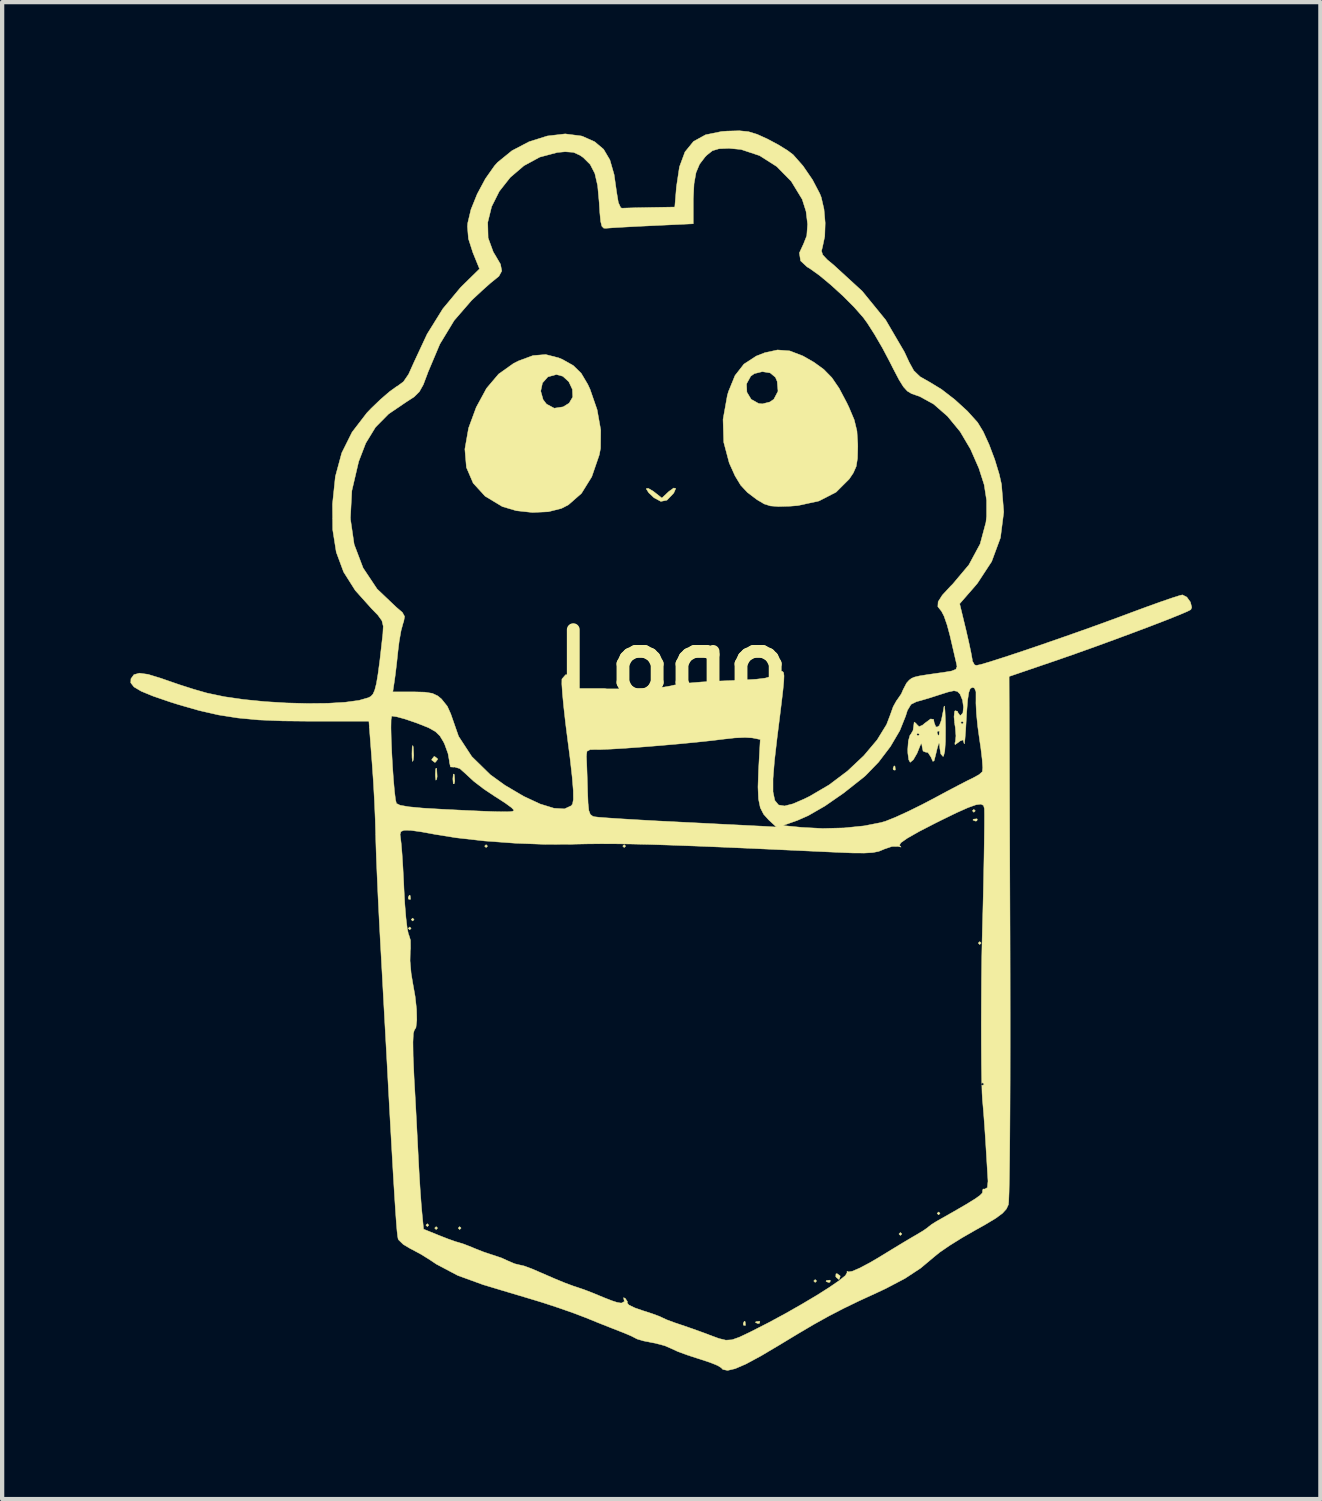
<source format=kicad_pcb>
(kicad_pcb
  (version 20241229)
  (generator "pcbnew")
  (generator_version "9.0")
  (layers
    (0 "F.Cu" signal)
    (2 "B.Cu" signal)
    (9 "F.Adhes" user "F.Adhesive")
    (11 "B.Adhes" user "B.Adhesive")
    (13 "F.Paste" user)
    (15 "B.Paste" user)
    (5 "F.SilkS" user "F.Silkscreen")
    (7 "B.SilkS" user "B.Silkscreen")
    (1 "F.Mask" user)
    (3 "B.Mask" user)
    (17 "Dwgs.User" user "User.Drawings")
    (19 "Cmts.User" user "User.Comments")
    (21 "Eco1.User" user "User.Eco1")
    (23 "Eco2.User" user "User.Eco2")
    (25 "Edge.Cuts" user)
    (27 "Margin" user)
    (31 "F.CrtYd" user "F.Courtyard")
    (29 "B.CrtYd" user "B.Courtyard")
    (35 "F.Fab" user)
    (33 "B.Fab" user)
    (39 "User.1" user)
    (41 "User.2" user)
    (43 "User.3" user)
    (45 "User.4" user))
  (footprint "Logo"
    (layer "F.Cu")
    (at 12.666 12.496)
    (property "Reference" "Logo" (at 0 0 0) (layer "F.SilkS") (effects (font (size 1.524 1.524) (thickness 0.3))))
    (attr through_hole)
    (fp_poly (pts (xy -6.11 6.144) (xy -6.144 6.178) (xy -6.178 6.144) (xy -6.144 6.11) (xy -6.11 6.144)) (stroke (width 0.01) (type solid)) (fill yes) (layer "F.SilkS"))
    (fp_poly (pts (xy -6.041 5.938) (xy -6.075 5.972) (xy -6.11 5.938) (xy -6.075 5.904) (xy -6.041 5.938)) (stroke (width 0.01) (type solid)) (fill yes) (layer "F.SilkS"))
    (fp_poly (pts (xy -5.698 13.078) (xy -5.732 13.112) (xy -5.766 13.078) (xy -5.732 13.043) (xy -5.698 13.078)) (stroke (width 0.01) (type solid)) (fill yes) (layer "F.SilkS"))
    (fp_poly (pts (xy -5.492 13.146) (xy -5.526 13.181) (xy -5.561 13.146) (xy -5.526 13.112) (xy -5.492 13.146)) (stroke (width 0.01) (type solid)) (fill yes) (layer "F.SilkS"))
    (fp_poly (pts (xy -4.943 13.146) (xy -4.977 13.181) (xy -5.011 13.146) (xy -4.977 13.112) (xy -4.943 13.146)) (stroke (width 0.01) (type solid)) (fill yes) (layer "F.SilkS"))
    (fp_poly (pts (xy -4.325 4.222) (xy -4.359 4.256) (xy -4.394 4.222) (xy -4.359 4.188) (xy -4.325 4.222)) (stroke (width 0.01) (type solid)) (fill yes) (layer "F.SilkS"))
    (fp_poly (pts (xy -1.098 4.222) (xy -1.133 4.256) (xy -1.167 4.222) (xy -1.133 4.188) (xy -1.098 4.222)) (stroke (width 0.01) (type solid)) (fill yes) (layer "F.SilkS"))
    (fp_poly (pts (xy 3.364 14.382) (xy 3.329 14.416) (xy 3.295 14.382) (xy 3.329 14.348) (xy 3.364 14.382)) (stroke (width 0.01) (type solid)) (fill yes) (layer "F.SilkS"))
    (fp_poly (pts (xy 5.355 13.284) (xy 5.32 13.318) (xy 5.286 13.284) (xy 5.32 13.249) (xy 5.355 13.284)) (stroke (width 0.01) (type solid)) (fill yes) (layer "F.SilkS"))
    (fp_poly (pts (xy 6.247 12.803) (xy 6.213 12.837) (xy 6.178 12.803) (xy 6.213 12.769) (xy 6.247 12.803)) (stroke (width 0.01) (type solid)) (fill yes) (layer "F.SilkS"))
    (fp_poly (pts (xy 7.071 3.398) (xy 7.036 3.432) (xy 7.002 3.398) (xy 7.036 3.364) (xy 7.071 3.398)) (stroke (width 0.01) (type solid)) (fill yes) (layer "F.SilkS"))
    (fp_poly (pts (xy 7.208 6.487) (xy 7.174 6.522) (xy 7.139 6.487) (xy 7.174 6.453) (xy 7.208 6.487)) (stroke (width 0.01) (type solid)) (fill yes) (layer "F.SilkS"))
    (fp_poly (pts (xy -6.133 5.377) (xy -6.124 5.459) (xy -6.133 5.469) (xy -6.173 5.46) (xy -6.178 5.423) (xy -6.153 5.367) (xy -6.133 5.377)) (stroke (width 0.01) (type solid)) (fill yes) (layer "F.SilkS"))
    (fp_poly (pts (xy 1.693 15.332) (xy 1.702 15.413) (xy 1.693 15.423) (xy 1.653 15.414) (xy 1.648 15.377) (xy 1.673 15.321) (xy 1.693 15.332)) (stroke (width 0.01) (type solid)) (fill yes) (layer "F.SilkS"))
    (fp_poly (pts (xy 2.037 15.332) (xy 2.027 15.372) (xy 1.991 15.377) (xy 1.934 15.352) (xy 1.945 15.332) (xy 2.027 15.323) (xy 2.037 15.332)) (stroke (width 0.01) (type solid)) (fill yes) (layer "F.SilkS"))
    (fp_poly (pts (xy 3.684 14.37) (xy 3.675 14.411) (xy 3.638 14.416) (xy 3.582 14.391) (xy 3.593 14.37) (xy 3.674 14.362) (xy 3.684 14.37)) (stroke (width 0.01) (type solid)) (fill yes) (layer "F.SilkS"))
    (fp_poly (pts (xy 5.194 2.357) (xy 5.203 2.438) (xy 5.194 2.448) (xy 5.154 2.439) (xy 5.149 2.403) (xy 5.174 2.346) (xy 5.194 2.357)) (stroke (width 0.01) (type solid)) (fill yes) (layer "F.SilkS"))
    (fp_poly (pts (xy 7.117 3.593) (xy 7.107 3.633) (xy 7.071 3.638) (xy 7.014 3.613) (xy 7.025 3.593) (xy 7.107 3.584) (xy 7.117 3.593)) (stroke (width 0.01) (type solid)) (fill yes) (layer "F.SilkS"))
    (fp_poly (pts (xy -6.061 1.905) (xy -6.05 2.105) (xy -6.061 2.214) (xy -6.078 2.246) (xy -6.089 2.16) (xy -6.091 2.059) (xy -6.086 1.911) (xy -6.072 1.87) (xy -6.061 1.905)) (stroke (width 0.01) (type solid)) (fill yes) (layer "F.SilkS"))
    (fp_poly (pts (xy -5.513 2.42) (xy -5.503 2.594) (xy -5.513 2.66) (xy -5.533 2.682) (xy -5.544 2.587) (xy -5.545 2.54) (xy -5.537 2.415) (xy -5.52 2.4) (xy -5.513 2.42)) (stroke (width 0.01) (type solid)) (fill yes) (layer "F.SilkS"))
    (fp_poly (pts (xy -5.494 2.18) (xy -5.492 2.197) (xy -5.544 2.263) (xy -5.561 2.265) (xy -5.627 2.213) (xy -5.629 2.197) (xy -5.577 2.13) (xy -5.561 2.128) (xy -5.494 2.18)) (stroke (width 0.01) (type solid)) (fill yes) (layer "F.SilkS"))
    (fp_poly (pts (xy -5.104 2.547) (xy -5.101 2.558) (xy -5.091 2.708) (xy -5.104 2.764) (xy -5.126 2.767) (xy -5.135 2.659) (xy -5.135 2.643) (xy -5.125 2.537) (xy -5.104 2.547)) (stroke (width 0.01) (type solid)) (fill yes) (layer "F.SilkS"))
    (fp_poly (pts (xy 3.91 14.26) (xy 3.913 14.279) (xy 3.89 14.346) (xy 3.883 14.348) (xy 3.824 14.299) (xy 3.81 14.279) (xy 3.815 14.216) (xy 3.84 14.21) (xy 3.91 14.26)) (stroke (width 0.01) (type solid)) (fill yes) (layer "F.SilkS"))
    (fp_poly (pts (xy 0.072 -4.133) (xy 0.029 -4.035) (xy 0.016 -4.016) (xy -0.134 -3.86) (xy -0.277 -3.831) (xy -0.437 -3.918) (xy -0.56 -4.034) (xy -0.617 -4.124) (xy -0.618 -4.129) (xy -0.572 -4.138) (xy -0.46 -4.073) (xy -0.435 -4.054) (xy -0.252 -3.91) (xy -0.092 -4.061) (xy 0.024 -4.145) (xy 0.072 -4.133)) (stroke (width 0.01) (type solid)) (fill yes) (layer "F.SilkS"))
    (fp_poly (pts (xy -2.665 -7.186) (xy -2.574 -7.148) (xy -2.321 -7.005) (xy -2.137 -6.825) (xy -1.983 -6.565) (xy -1.93 -6.45) (xy -1.765 -5.973) (xy -1.681 -5.501) (xy -1.685 -5.074) (xy -1.715 -4.917) (xy -1.89 -4.408) (xy -2.131 -4.019) (xy -2.438 -3.75) (xy -2.6 -3.667) (xy -2.906 -3.59) (xy -3.277 -3.573) (xy -3.653 -3.614) (xy -3.977 -3.71) (xy -3.982 -3.712) (xy -4.382 -3.953) (xy -4.661 -4.258) (xy -4.819 -4.625) (xy -4.855 -5.054) (xy -4.769 -5.544) (xy -4.59 -6.03) (xy -4.384 -6.409) (xy -3.083 -6.409) (xy -3.027 -6.209) (xy -2.948 -6.106) (xy -2.767 -6.009) (xy -2.558 -6.041) (xy -2.42 -6.127) (xy -2.335 -6.27) (xy -2.343 -6.45) (xy -2.426 -6.626) (xy -2.566 -6.755) (xy -2.717 -6.796) (xy -2.916 -6.741) (xy -3.042 -6.599) (xy -3.083 -6.409) (xy -4.384 -6.409) (xy -4.349 -6.474) (xy -4.067 -6.807) (xy -3.72 -7.054) (xy -3.604 -7.113) (xy -3.264 -7.239) (xy -2.967 -7.263) (xy -2.665 -7.186)) (stroke (width 0.01) (type solid)) (fill yes) (layer "F.SilkS"))
    (fp_poly (pts (xy 2.736 -7.348) (xy 3.043 -7.23) (xy 3.303 -7.081) (xy 3.531 -6.915) (xy 3.718 -6.724) (xy 3.889 -6.474) (xy 4.069 -6.133) (xy 4.118 -6.031) (xy 4.242 -5.737) (xy 4.305 -5.477) (xy 4.324 -5.174) (xy 4.325 -5.111) (xy 4.318 -4.838) (xy 4.288 -4.65) (xy 4.22 -4.496) (xy 4.124 -4.353) (xy 3.817 -4.047) (xy 3.417 -3.841) (xy 2.924 -3.734) (xy 2.746 -3.72) (xy 2.47 -3.712) (xy 2.283 -3.726) (xy 2.138 -3.772) (xy 1.988 -3.861) (xy 1.956 -3.882) (xy 1.745 -4.042) (xy 1.589 -4.21) (xy 1.457 -4.428) (xy 1.321 -4.73) (xy 1.193 -5.213) (xy 1.177 -5.748) (xy 1.277 -6.308) (xy 1.303 -6.397) (xy 1.377 -6.577) (xy 1.725 -6.577) (xy 1.734 -6.383) (xy 1.834 -6.217) (xy 2.007 -6.12) (xy 2.094 -6.11) (xy 2.269 -6.154) (xy 2.363 -6.218) (xy 2.461 -6.405) (xy 2.442 -6.634) (xy 2.4 -6.732) (xy 2.277 -6.834) (xy 2.094 -6.863) (xy 1.908 -6.817) (xy 1.824 -6.757) (xy 1.725 -6.577) (xy 1.377 -6.577) (xy 1.456 -6.772) (xy 1.664 -7.039) (xy 1.952 -7.227) (xy 2.151 -7.305) (xy 2.45 -7.37) (xy 2.736 -7.348)) (stroke (width 0.01) (type solid)) (fill yes) (layer "F.SilkS"))
    (fp_poly (pts (xy 6.362 1.057) (xy 6.371 1.261) (xy 6.375 1.459) (xy 6.373 1.778) (xy 6.357 2.004) (xy 6.329 2.118) (xy 6.316 2.128) (xy 6.264 2.069) (xy 6.242 1.939) (xy 6.233 1.827) (xy 6.214 1.826) (xy 6.179 1.944) (xy 6.143 2.094) (xy 6.107 2.23) (xy 6.078 2.242) (xy 6.034 2.141) (xy 5.965 2.036) (xy 5.904 2.025) (xy 5.85 2.002) (xy 5.83 1.909) (xy 5.816 1.821) (xy 5.79 1.854) (xy 5.709 2.055) (xy 5.621 2.206) (xy 5.549 2.265) (xy 5.549 2.265) (xy 5.515 2.204) (xy 5.494 2.049) (xy 5.492 1.961) (xy 5.506 1.767) (xy 5.542 1.636) (xy 5.561 1.613) (xy 5.698 1.613) (xy 5.732 1.648) (xy 5.766 1.613) (xy 5.732 1.579) (xy 6.178 1.579) (xy 6.203 1.635) (xy 6.224 1.625) (xy 6.232 1.543) (xy 6.224 1.533) (xy 6.183 1.543) (xy 6.178 1.579) (xy 5.732 1.579) (xy 5.698 1.613) (xy 5.561 1.613) (xy 5.616 1.518) (xy 5.63 1.42) (xy 5.642 1.324) (xy 5.683 1.352) (xy 5.695 1.37) (xy 5.757 1.431) (xy 5.839 1.395) (xy 5.888 1.353) (xy 6.026 1.251) (xy 6.096 1.261) (xy 6.11 1.339) (xy 6.146 1.43) (xy 6.177 1.442) (xy 6.23 1.406) (xy 6.277 1.283) (xy 6.324 1.051) (xy 6.339 0.961) (xy 6.351 0.95) (xy 6.362 1.057)) (stroke (width 0.01) (type solid)) (fill yes) (layer "F.SilkS"))
    (fp_poly (pts (xy 1.771 -12.47) (xy 1.971 -12.409) (xy 2.212 -12.3) (xy 2.46 -12.168) (xy 2.681 -12.032) (xy 2.815 -11.931) (xy 3.045 -11.67) (xy 3.267 -11.346) (xy 3.437 -11.022) (xy 3.471 -10.936) (xy 3.535 -10.66) (xy 3.563 -10.337) (xy 3.553 -10.025) (xy 3.503 -9.788) (xy 3.477 -9.682) (xy 3.506 -9.591) (xy 3.61 -9.48) (xy 3.761 -9.355) (xy 4.428 -8.744) (xy 4.977 -8.07) (xy 5.414 -7.323) (xy 5.525 -7.084) (xy 5.633 -6.887) (xy 5.782 -6.744) (xy 6.015 -6.612) (xy 6.286 -6.446) (xy 6.592 -6.209) (xy 6.886 -5.941) (xy 7.121 -5.68) (xy 7.125 -5.675) (xy 7.255 -5.462) (xy 7.393 -5.159) (xy 7.524 -4.812) (xy 7.629 -4.467) (xy 7.682 -4.232) (xy 7.735 -3.584) (xy 7.658 -2.982) (xy 7.453 -2.427) (xy 7.119 -1.917) (xy 7.058 -1.845) (xy 6.705 -1.44) (xy 6.854 -0.824) (xy 6.919 -0.54) (xy 6.97 -0.3) (xy 6.999 -0.141) (xy 7.002 -0.104) (xy 7.053 -0.012) (xy 7.098 0) (xy 7.202 -0.022) (xy 7.415 -0.085) (xy 7.721 -0.183) (xy 8.098 -0.307) (xy 8.529 -0.453) (xy 8.995 -0.614) (xy 9.476 -0.783) (xy 9.955 -0.954) (xy 10.411 -1.121) (xy 10.694 -1.227) (xy 11.065 -1.364) (xy 11.396 -1.483) (xy 11.663 -1.575) (xy 11.843 -1.632) (xy 11.91 -1.648) (xy 12.012 -1.596) (xy 12.096 -1.48) (xy 12.127 -1.358) (xy 12.106 -1.303) (xy 12.02 -1.259) (xy 11.824 -1.176) (xy 11.537 -1.061) (xy 11.179 -0.923) (xy 10.768 -0.768) (xy 10.323 -0.603) (xy 9.865 -0.436) (xy 9.412 -0.274) (xy 8.983 -0.124) (xy 8.821 -0.069) (xy 7.86 0.259) (xy 7.882 6.325) (xy 7.884 7.23) (xy 7.885 8.099) (xy 7.885 8.921) (xy 7.884 9.687) (xy 7.881 10.386) (xy 7.877 11.007) (xy 7.872 11.541) (xy 7.866 11.978) (xy 7.859 12.307) (xy 7.851 12.517) (xy 7.844 12.597) (xy 7.797 12.699) (xy 7.706 12.8) (xy 7.549 12.916) (xy 7.305 13.063) (xy 7.069 13.195) (xy 6.759 13.373) (xy 6.469 13.554) (xy 6.236 13.714) (xy 6.112 13.815) (xy 5.792 14.083) (xy 5.427 14.323) (xy 4.978 14.559) (xy 4.771 14.656) (xy 4.347 14.851) (xy 3.986 15.026) (xy 3.652 15.199) (xy 3.308 15.39) (xy 2.918 15.62) (xy 2.49 15.879) (xy 2.051 16.139) (xy 1.711 16.322) (xy 1.459 16.431) (xy 1.283 16.472) (xy 1.172 16.449) (xy 1.134 16.409) (xy 1.052 16.358) (xy 0.874 16.286) (xy 0.636 16.207) (xy 0.603 16.197) (xy 0.341 16.112) (xy 0.116 16.029) (xy -0.025 15.964) (xy -0.03 15.961) (xy -0.186 15.894) (xy -0.405 15.836) (xy -0.481 15.822) (xy -0.682 15.782) (xy -0.828 15.739) (xy -0.858 15.724) (xy -0.96 15.671) (xy -1.138 15.595) (xy -1.236 15.557) (xy -1.46 15.469) (xy -1.748 15.355) (xy -2.025 15.242) (xy -2.306 15.135) (xy -2.662 15.01) (xy -3.036 14.887) (xy -3.226 14.829) (xy -3.586 14.721) (xy -3.959 14.61) (xy -4.287 14.511) (xy -4.428 14.469) (xy -5.024 14.252) (xy -5.521 13.989) (xy -5.664 13.893) (xy -5.871 13.763) (xy -6.102 13.639) (xy -6.124 13.629) (xy -6.295 13.527) (xy -6.403 13.422) (xy -6.415 13.397) (xy -6.426 13.336) (xy -6.44 13.215) (xy -6.456 13.024) (xy -6.475 12.756) (xy -6.498 12.4) (xy -6.526 11.947) (xy -6.558 11.389) (xy -6.596 10.716) (xy -6.64 9.919) (xy -6.66 9.542) (xy -6.684 9.099) (xy -6.714 8.558) (xy -6.747 7.958) (xy -6.781 7.337) (xy -6.814 6.736) (xy -6.83 6.453) (xy -6.858 5.922) (xy -6.884 5.396) (xy -6.906 4.903) (xy -6.924 4.47) (xy -6.935 4.126) (xy -6.939 3.951) (xy -6.369 3.951) (xy -6.358 4.033) (xy -6.342 4.169) (xy -6.322 4.411) (xy -6.302 4.729) (xy -6.283 5.092) (xy -6.278 5.217) (xy -6.258 5.578) (xy -6.232 5.893) (xy -6.203 6.135) (xy -6.174 6.277) (xy -6.163 6.299) (xy -6.126 6.42) (xy -6.124 6.615) (xy -6.131 6.677) (xy -6.136 6.903) (xy -6.111 7.191) (xy -6.074 7.414) (xy -6.017 7.735) (xy -5.984 8.036) (xy -5.978 8.288) (xy -5.998 8.461) (xy -6.037 8.524) (xy -6.059 8.6) (xy -6.068 8.802) (xy -6.064 9.118) (xy -6.046 9.536) (xy -6.041 9.645) (xy -6.015 10.102) (xy -5.989 10.589) (xy -5.965 11.055) (xy -5.945 11.448) (xy -5.941 11.533) (xy -5.921 11.901) (xy -5.898 12.268) (xy -5.875 12.584) (xy -5.861 12.747) (xy -5.82 13.171) (xy -5.457 13.318) (xy -5.242 13.402) (xy -5.07 13.463) (xy -5.002 13.482) (xy -4.883 13.519) (xy -4.7 13.59) (xy -4.638 13.617) (xy -4.423 13.702) (xy -4.23 13.767) (xy -4.196 13.777) (xy -4 13.843) (xy -3.849 13.912) (xy -3.692 13.979) (xy -3.589 14.004) (xy -3.473 14.03) (xy -3.302 14.093) (xy -3.28 14.102) (xy -3.074 14.191) (xy -2.827 14.298) (xy -2.746 14.333) (xy -2.523 14.425) (xy -2.324 14.499) (xy -2.265 14.518) (xy -2.073 14.583) (xy -1.888 14.654) (xy -1.605 14.771) (xy -1.42 14.843) (xy -1.303 14.881) (xy -1.226 14.895) (xy -1.194 14.897) (xy -1.127 14.86) (xy -1.139 14.818) (xy -1.147 14.771) (xy -1.108 14.788) (xy -1.056 14.866) (xy -1.063 14.895) (xy -1.023 14.943) (xy -0.882 15.011) (xy -0.704 15.073) (xy -0.481 15.145) (xy -0.31 15.208) (xy -0.24 15.241) (xy -0.139 15.288) (xy 0.044 15.356) (xy 0.172 15.399) (xy 0.455 15.496) (xy 0.76 15.606) (xy 0.858 15.644) (xy 1.081 15.726) (xy 1.242 15.765) (xy 1.386 15.756) (xy 1.558 15.695) (xy 1.803 15.579) (xy 1.846 15.557) (xy 2.24 15.356) (xy 2.636 15.142) (xy 3.017 14.925) (xy 3.365 14.718) (xy 3.662 14.53) (xy 3.891 14.372) (xy 4.034 14.256) (xy 4.073 14.192) (xy 4.073 14.191) (xy 4.073 14.153) (xy 4.108 14.169) (xy 4.196 14.155) (xy 4.372 14.079) (xy 4.61 13.953) (xy 4.823 13.828) (xy 5.112 13.651) (xy 5.384 13.486) (xy 5.601 13.357) (xy 5.698 13.301) (xy 5.859 13.204) (xy 5.961 13.132) (xy 5.972 13.121) (xy 6.053 13.058) (xy 6.171 12.985) (xy 6.566 12.761) (xy 6.856 12.593) (xy 7.054 12.471) (xy 7.175 12.386) (xy 7.232 12.329) (xy 7.242 12.289) (xy 7.237 12.28) (xy 7.251 12.233) (xy 7.289 12.235) (xy 7.352 12.2) (xy 7.367 12.051) (xy 7.365 12.014) (xy 7.354 11.837) (xy 7.338 11.57) (xy 7.319 11.259) (xy 7.311 11.121) (xy 7.289 10.793) (xy 7.266 10.478) (xy 7.245 10.229) (xy 7.238 10.16) (xy 7.228 9.987) (xy 7.223 9.797) (xy 7.242 9.817) (xy 7.277 9.782) (xy 7.242 9.748) (xy 7.222 9.769) (xy 7.22 9.7) (xy 7.214 9.321) (xy 7.211 8.872) (xy 7.21 8.378) (xy 7.212 7.86) (xy 7.215 7.341) (xy 7.221 6.844) (xy 7.23 6.392) (xy 7.237 6.11) (xy 7.247 5.748) (xy 7.257 5.339) (xy 7.266 4.91) (xy 7.274 4.485) (xy 7.28 4.092) (xy 7.284 3.755) (xy 7.285 3.501) (xy 7.283 3.355) (xy 7.283 3.347) (xy 7.263 3.273) (xy 7.203 3.241) (xy 7.088 3.256) (xy 6.902 3.322) (xy 6.63 3.443) (xy 6.257 3.625) (xy 6.135 3.686) (xy 5.745 3.887) (xy 5.479 4.039) (xy 5.331 4.143) (xy 5.298 4.202) (xy 5.304 4.208) (xy 5.336 4.245) (xy 5.264 4.229) (xy 5.121 4.231) (xy 4.941 4.292) (xy 4.927 4.299) (xy 4.814 4.345) (xy 4.673 4.373) (xy 4.476 4.384) (xy 4.195 4.382) (xy 3.816 4.366) (xy 2.817 4.32) (xy 1.943 4.28) (xy 1.182 4.247) (xy 0.522 4.22) (xy -0.05 4.199) (xy -0.544 4.183) (xy -0.973 4.173) (xy -1.349 4.168) (xy -1.685 4.167) (xy -1.991 4.17) (xy -2.281 4.176) (xy -2.334 4.178) (xy -2.98 4.181) (xy -3.683 4.154) (xy -4.392 4.102) (xy -5.056 4.027) (xy -5.526 3.952) (xy -5.884 3.887) (xy -6.127 3.853) (xy -6.276 3.851) (xy -6.35 3.883) (xy -6.369 3.951) (xy -6.939 3.951) (xy -6.939 3.947) (xy -6.949 3.607) (xy -6.967 3.183) (xy -6.992 2.729) (xy -7.022 2.298) (xy -7.023 2.283) (xy -7.086 1.459) (xy -6.582 1.459) (xy -6.576 1.725) (xy -6.563 2.036) (xy -6.545 2.363) (xy -6.523 2.676) (xy -6.499 2.945) (xy -6.475 3.139) (xy -6.454 3.225) (xy -6.369 3.267) (xy -6.165 3.303) (xy -5.837 3.334) (xy -5.38 3.361) (xy -4.856 3.387) (xy -4.454 3.405) (xy -4.157 3.416) (xy -3.951 3.42) (xy -3.819 3.418) (xy -3.745 3.41) (xy -3.714 3.395) (xy -3.709 3.381) (xy -3.765 3.323) (xy -3.91 3.217) (xy -4.116 3.083) (xy -4.162 3.055) (xy -4.413 2.887) (xy -4.644 2.71) (xy -4.806 2.561) (xy -4.808 2.558) (xy -4.972 2.411) (xy -5.099 2.373) (xy -5.111 2.377) (xy -5.191 2.372) (xy -5.217 2.259) (xy -5.217 2.236) (xy -5.249 2.058) (xy -5.327 1.843) (xy -5.352 1.79) (xy -5.437 1.649) (xy -5.543 1.546) (xy -5.705 1.455) (xy -5.959 1.354) (xy -6.006 1.337) (xy -6.252 1.253) (xy -6.446 1.2) (xy -6.555 1.184) (xy -6.565 1.188) (xy -6.579 1.27) (xy -6.582 1.459) (xy -7.086 1.459) (xy -7.097 1.304) (xy -8.448 1.304) (xy -9.111 1.297) (xy -9.67 1.274) (xy -10.159 1.228) (xy -10.612 1.157) (xy -11.06 1.055) (xy -11.539 0.918) (xy -11.742 0.854) (xy -12.139 0.718) (xy -12.416 0.604) (xy -12.586 0.503) (xy -12.661 0.407) (xy -12.657 0.312) (xy -12.587 0.216) (xy -12.46 0.181) (xy -12.257 0.209) (xy -11.958 0.3) (xy -11.85 0.338) (xy -11.526 0.45) (xy -11.188 0.558) (xy -10.902 0.64) (xy -10.872 0.648) (xy -10.476 0.731) (xy -10.019 0.797) (xy -9.526 0.846) (xy -9.02 0.877) (xy -8.524 0.89) (xy -8.061 0.885) (xy -7.654 0.861) (xy -7.328 0.817) (xy -7.105 0.753) (xy -7.05 0.722) (xy -7.002 0.67) (xy -6.961 0.577) (xy -6.922 0.426) (xy -6.884 0.199) (xy -6.841 -0.122) (xy -6.792 -0.556) (xy -6.771 -0.741) (xy -6.762 -0.916) (xy -6.793 -1.044) (xy -6.887 -1.175) (xy -7.033 -1.325) (xy -7.416 -1.752) (xy -7.688 -2.182) (xy -7.86 -2.646) (xy -7.943 -3.171) (xy -7.945 -3.431) (xy -7.53 -3.431) (xy -7.442 -2.828) (xy -7.233 -2.277) (xy -6.906 -1.786) (xy -6.461 -1.363) (xy -6.459 -1.361) (xy -6.315 -1.238) (xy -6.263 -1.143) (xy -6.284 -1.026) (xy -6.299 -0.985) (xy -6.346 -0.812) (xy -6.39 -0.562) (xy -6.417 -0.343) (xy -6.447 -0.061) (xy -6.479 0.207) (xy -6.5 0.36) (xy -6.539 0.618) (xy -6.06 0.618) (xy -5.791 0.625) (xy -5.615 0.653) (xy -5.488 0.713) (xy -5.402 0.784) (xy -5.265 0.955) (xy -5.182 1.139) (xy -5.181 1.144) (xy -5.002 1.657) (xy -4.694 2.129) (xy -4.26 2.554) (xy -3.921 2.799) (xy -3.482 3.058) (xy -3.096 3.238) (xy -2.774 3.337) (xy -2.528 3.352) (xy -2.37 3.279) (xy -2.339 3.236) (xy -2.32 3.131) (xy -2.322 2.926) (xy -2.348 2.61) (xy -2.397 2.174) (xy -2.405 2.109) (xy -2.016 2.109) (xy -2.014 2.162) (xy -2.007 2.329) (xy -1.998 2.583) (xy -1.989 2.876) (xy -1.988 2.936) (xy -1.977 3.217) (xy -1.959 3.389) (xy -1.924 3.482) (xy -1.866 3.525) (xy -1.827 3.536) (xy -1.722 3.548) (xy -1.499 3.565) (xy -1.178 3.586) (xy -0.778 3.61) (xy -0.317 3.636) (xy 0.183 3.661) (xy 0.206 3.662) (xy 0.709 3.687) (xy 1.174 3.711) (xy 1.581 3.731) (xy 1.91 3.748) (xy 2.141 3.759) (xy 2.256 3.766) (xy 2.258 3.766) (xy 2.423 3.776) (xy 2.386 3.741) (xy 2.574 3.741) (xy 3.021 3.785) (xy 3.504 3.81) (xy 4.004 3.797) (xy 4.474 3.749) (xy 4.87 3.671) (xy 4.985 3.636) (xy 5.205 3.548) (xy 5.502 3.412) (xy 5.834 3.248) (xy 6.101 3.108) (xy 6.404 2.945) (xy 6.678 2.801) (xy 6.893 2.69) (xy 7.011 2.633) (xy 7.158 2.552) (xy 7.235 2.483) (xy 7.244 2.389) (xy 7.23 2.192) (xy 7.199 1.928) (xy 7.173 1.758) (xy 7.128 1.434) (xy 7.097 1.126) (xy 7.085 0.882) (xy 7.086 0.809) (xy 7.086 0.615) (xy 7.049 0.528) (xy 7.002 0.515) (xy 6.953 0.541) (xy 6.918 0.633) (xy 6.891 0.813) (xy 6.869 1.101) (xy 6.861 1.236) (xy 6.845 1.515) (xy 6.829 1.72) (xy 6.817 1.828) (xy 6.81 1.828) (xy 6.785 1.741) (xy 6.715 1.766) (xy 6.68 1.794) (xy 6.597 1.852) (xy 6.593 1.813) (xy 6.605 1.78) (xy 6.618 1.648) (xy 6.603 1.449) (xy 6.592 1.384) (xy 6.587 1.339) (xy 6.728 1.339) (xy 6.762 1.373) (xy 6.796 1.339) (xy 6.762 1.304) (xy 6.728 1.339) (xy 6.587 1.339) (xy 6.573 1.199) (xy 6.586 1.077) (xy 6.599 1.059) (xy 6.655 1.072) (xy 6.659 1.094) (xy 6.709 1.164) (xy 6.728 1.167) (xy 6.78 1.11) (xy 6.794 0.974) (xy 6.772 0.812) (xy 6.716 0.676) (xy 6.71 0.668) (xy 6.651 0.608) (xy 6.571 0.592) (xy 6.433 0.622) (xy 6.247 0.681) (xy 6.005 0.759) (xy 5.791 0.822) (xy 5.696 0.847) (xy 5.569 0.91) (xy 5.484 1.051) (xy 5.443 1.182) (xy 5.307 1.522) (xy 5.087 1.896) (xy 4.81 2.26) (xy 4.506 2.574) (xy 4.456 2.617) (xy 3.994 2.982) (xy 3.557 3.285) (xy 3.168 3.509) (xy 2.916 3.62) (xy 2.574 3.741) (xy 2.386 3.741) (xy 2.244 3.61) (xy 2.125 3.478) (xy 2.047 3.324) (xy 2.005 3.121) (xy 1.993 2.841) (xy 2.006 2.456) (xy 2.009 2.402) (xy 2.046 1.731) (xy 1.857 1.693) (xy 1.691 1.683) (xy 1.446 1.694) (xy 1.204 1.721) (xy 0.928 1.755) (xy 0.57 1.793) (xy 0.158 1.833) (xy -0.277 1.871) (xy -0.707 1.906) (xy -1.103 1.935) (xy -1.435 1.955) (xy -1.674 1.965) (xy -1.751 1.965) (xy -1.926 1.967) (xy -2.002 2.005) (xy -2.016 2.109) (xy -2.405 2.109) (xy -2.45 1.767) (xy -2.503 1.348) (xy -2.545 0.971) (xy -2.575 0.659) (xy -2.59 0.434) (xy -2.588 0.321) (xy -2.586 0.316) (xy -2.5 0.217) (xy -2.391 0.229) (xy -2.305 0.341) (xy -2.294 0.378) (xy -2.251 0.549) (xy -1.233 0.549) (xy -0.823 0.544) (xy -0.47 0.529) (xy -0.199 0.506) (xy -0.035 0.477) (xy -0.022 0.472) (xy 0.114 0.443) (xy 0.357 0.414) (xy 0.678 0.387) (xy 1.047 0.367) (xy 1.224 0.36) (xy 1.653 0.342) (xy 1.96 0.322) (xy 2.162 0.297) (xy 2.275 0.265) (xy 2.313 0.231) (xy 2.403 0.154) (xy 2.488 0.137) (xy 2.535 0.136) (xy 2.57 0.142) (xy 2.592 0.172) (xy 2.601 0.243) (xy 2.596 0.371) (xy 2.577 0.572) (xy 2.543 0.863) (xy 2.494 1.261) (xy 2.441 1.682) (xy 2.378 2.227) (xy 2.344 2.647) (xy 2.344 2.953) (xy 2.386 3.154) (xy 2.474 3.261) (xy 2.614 3.284) (xy 2.811 3.234) (xy 3.072 3.121) (xy 3.2 3.058) (xy 3.654 2.792) (xy 4.083 2.469) (xy 4.465 2.11) (xy 4.777 1.74) (xy 4.998 1.38) (xy 5.083 1.157) (xy 5.152 0.964) (xy 5.231 0.822) (xy 5.244 0.807) (xy 5.342 0.664) (xy 5.383 0.569) (xy 5.464 0.413) (xy 5.526 0.344) (xy 5.58 0.303) (xy 5.65 0.273) (xy 5.764 0.246) (xy 5.95 0.216) (xy 6.238 0.175) (xy 6.303 0.167) (xy 6.514 0.132) (xy 6.617 0.091) (xy 6.643 0.027) (xy 6.634 -0.027) (xy 6.602 -0.163) (xy 6.55 -0.387) (xy 6.488 -0.654) (xy 6.481 -0.686) (xy 6.412 -0.944) (xy 6.34 -1.151) (xy 6.278 -1.27) (xy 6.27 -1.278) (xy 6.195 -1.373) (xy 6.202 -1.488) (xy 6.299 -1.641) (xy 6.495 -1.853) (xy 6.54 -1.897) (xy 6.92 -2.349) (xy 7.183 -2.837) (xy 7.319 -3.344) (xy 7.334 -3.484) (xy 7.334 -3.859) (xy 7.278 -4.22) (xy 7.154 -4.606) (xy 6.959 -5.051) (xy 6.717 -5.461) (xy 6.421 -5.821) (xy 6.097 -6.104) (xy 5.77 -6.284) (xy 5.708 -6.305) (xy 5.581 -6.349) (xy 5.482 -6.409) (xy 5.391 -6.509) (xy 5.289 -6.673) (xy 5.157 -6.925) (xy 5.075 -7.087) (xy 4.903 -7.413) (xy 4.718 -7.731) (xy 4.547 -7.999) (xy 4.453 -8.128) (xy 4.244 -8.366) (xy 3.982 -8.629) (xy 3.699 -8.887) (xy 3.429 -9.112) (xy 3.204 -9.273) (xy 3.141 -9.31) (xy 2.989 -9.451) (xy 2.96 -9.637) (xy 3.057 -9.847) (xy 3.133 -10.039) (xy 3.152 -10.308) (xy 3.116 -10.607) (xy 3.027 -10.887) (xy 3.026 -10.89) (xy 2.77 -11.31) (xy 2.43 -11.656) (xy 2.031 -11.91) (xy 1.597 -12.054) (xy 1.315 -12.081) (xy 1.082 -12.071) (xy 0.929 -12.025) (xy 0.799 -11.922) (xy 0.757 -11.879) (xy 0.628 -11.71) (xy 0.545 -11.512) (xy 0.499 -11.253) (xy 0.481 -10.899) (xy 0.481 -10.779) (xy 0.481 -10.318) (xy -0.463 -10.274) (xy -0.82 -10.257) (xy -1.137 -10.24) (xy -1.382 -10.226) (xy -1.528 -10.215) (xy -1.545 -10.213) (xy -1.61 -10.215) (xy -1.654 -10.259) (xy -1.682 -10.37) (xy -1.702 -10.574) (xy -1.717 -10.816) (xy -1.753 -11.208) (xy -1.819 -11.495) (xy -1.927 -11.704) (xy -2.089 -11.865) (xy -2.165 -11.918) (xy -2.317 -11.987) (xy -2.513 -12.001) (xy -2.696 -11.984) (xy -3.106 -11.875) (xy -3.476 -11.674) (xy -3.795 -11.401) (xy -4.051 -11.076) (xy -4.23 -10.719) (xy -4.321 -10.35) (xy -4.312 -9.988) (xy -4.19 -9.655) (xy -4.153 -9.596) (xy -4.023 -9.374) (xy -3.993 -9.215) (xy -4.06 -9.092) (xy -4.135 -9.031) (xy -4.256 -8.933) (xy -4.439 -8.77) (xy -4.651 -8.573) (xy -4.704 -8.522) (xy -5.105 -8.059) (xy -5.439 -7.508) (xy -5.718 -6.847) (xy -5.73 -6.813) (xy -5.826 -6.559) (xy -5.919 -6.394) (xy -6.04 -6.274) (xy -6.222 -6.156) (xy -6.224 -6.155) (xy -6.637 -5.874) (xy -6.943 -5.565) (xy -7.171 -5.192) (xy -7.336 -4.763) (xy -7.496 -4.079) (xy -7.53 -3.431) (xy -7.945 -3.431) (xy -7.948 -3.77) (xy -7.881 -4.413) (xy -7.732 -4.964) (xy -7.49 -5.45) (xy -7.146 -5.898) (xy -7.043 -6.006) (xy -6.826 -6.214) (xy -6.619 -6.393) (xy -6.458 -6.51) (xy -6.426 -6.528) (xy -6.29 -6.628) (xy -6.17 -6.803) (xy -6.047 -7.076) (xy -5.737 -7.741) (xy -5.369 -8.333) (xy -4.962 -8.822) (xy -4.917 -8.868) (xy -4.513 -9.264) (xy -4.668 -9.645) (xy -4.772 -9.969) (xy -4.795 -10.253) (xy -4.788 -10.336) (xy -4.713 -10.651) (xy -4.567 -11.013) (xy -4.375 -11.371) (xy -4.162 -11.673) (xy -4.089 -11.754) (xy -3.754 -12.026) (xy -3.355 -12.235) (xy -2.929 -12.369) (xy -2.511 -12.418) (xy -2.137 -12.37) (xy -2.106 -12.361) (xy -1.823 -12.235) (xy -1.614 -12.059) (xy -1.467 -11.81) (xy -1.368 -11.466) (xy -1.309 -11.052) (xy -1.269 -10.813) (xy -1.214 -10.694) (xy -1.184 -10.682) (xy -1.079 -10.686) (xy -0.875 -10.692) (xy -0.611 -10.697) (xy -0.525 -10.699) (xy 0.049 -10.709) (xy 0.088 -11.181) (xy 0.158 -11.647) (xy 0.287 -11.996) (xy 0.487 -12.242) (xy 0.769 -12.397) (xy 1.144 -12.474) (xy 1.271 -12.483) (xy 1.558 -12.491) (xy 1.771 -12.47)) (stroke (width 0.01) (type solid)) (fill yes) (layer "F.SilkS")))
  (gr_rect
    (start -3 -3)
    (end 27.799 31.973)
    (stroke (width 0.1) (type default))
    (fill no)
    (layer "Edge.Cuts")))
</source>
